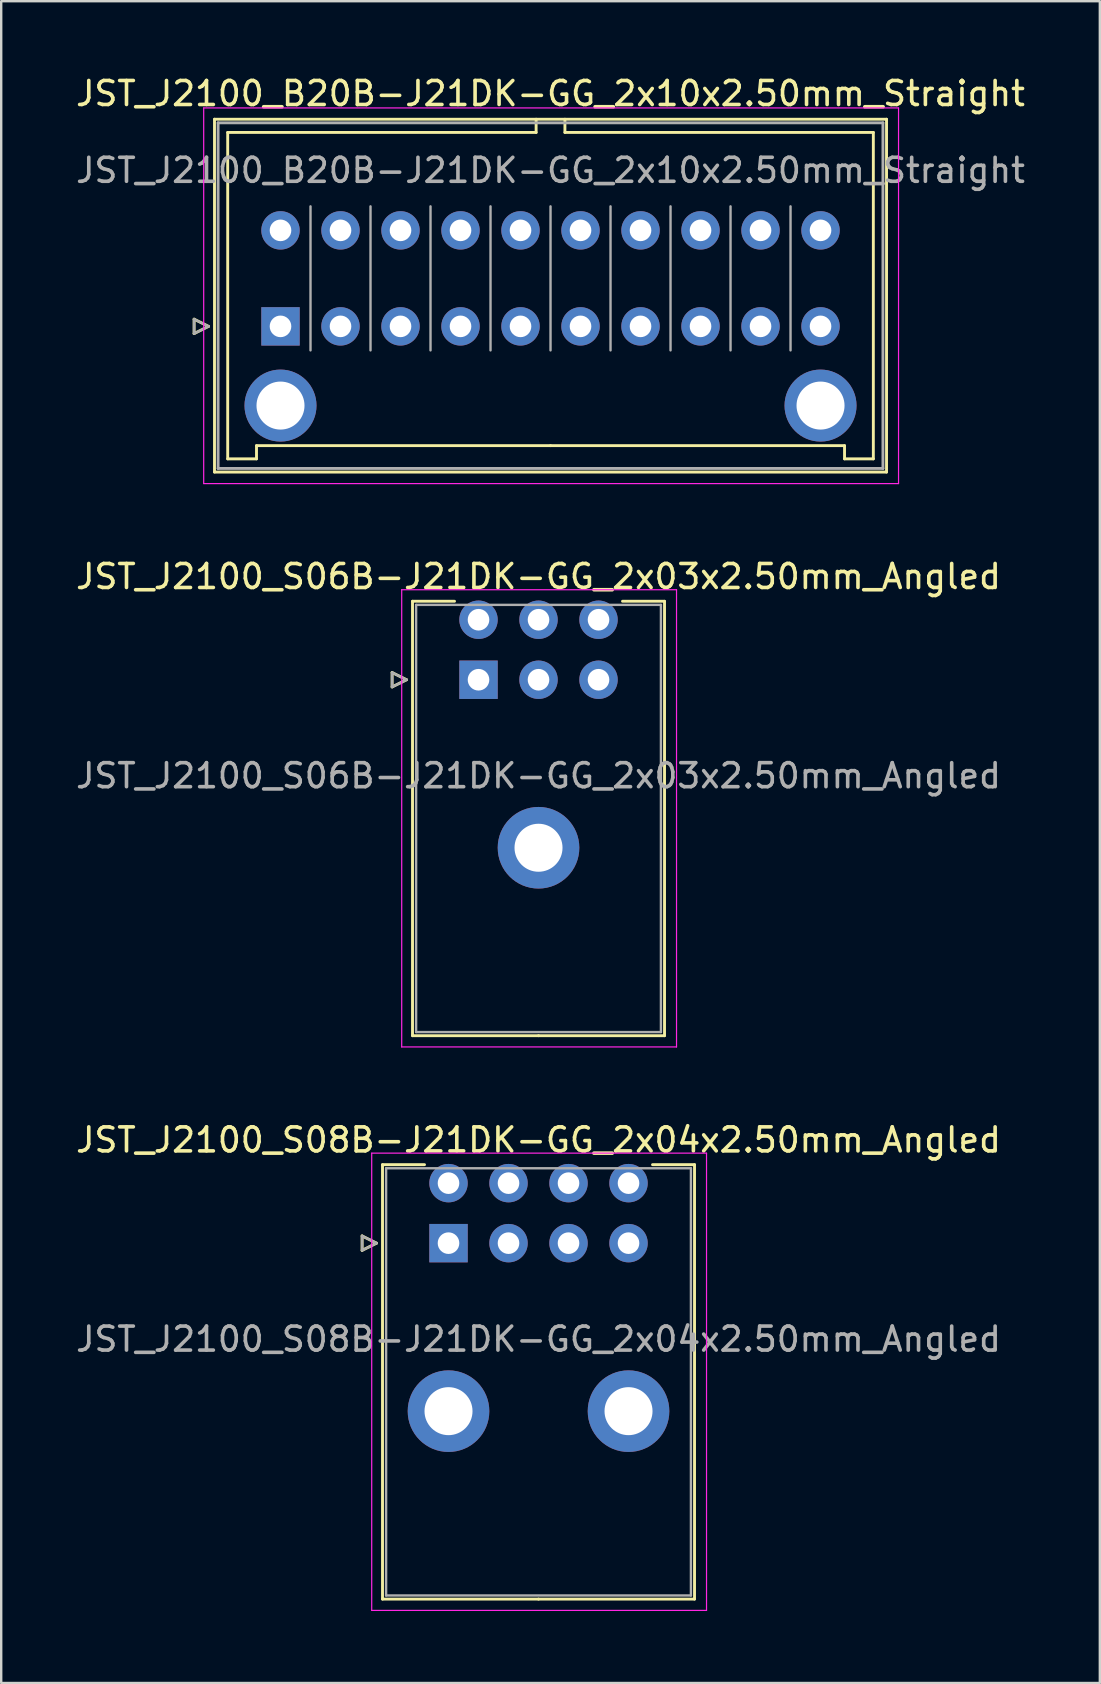
<source format=kicad_pcb>
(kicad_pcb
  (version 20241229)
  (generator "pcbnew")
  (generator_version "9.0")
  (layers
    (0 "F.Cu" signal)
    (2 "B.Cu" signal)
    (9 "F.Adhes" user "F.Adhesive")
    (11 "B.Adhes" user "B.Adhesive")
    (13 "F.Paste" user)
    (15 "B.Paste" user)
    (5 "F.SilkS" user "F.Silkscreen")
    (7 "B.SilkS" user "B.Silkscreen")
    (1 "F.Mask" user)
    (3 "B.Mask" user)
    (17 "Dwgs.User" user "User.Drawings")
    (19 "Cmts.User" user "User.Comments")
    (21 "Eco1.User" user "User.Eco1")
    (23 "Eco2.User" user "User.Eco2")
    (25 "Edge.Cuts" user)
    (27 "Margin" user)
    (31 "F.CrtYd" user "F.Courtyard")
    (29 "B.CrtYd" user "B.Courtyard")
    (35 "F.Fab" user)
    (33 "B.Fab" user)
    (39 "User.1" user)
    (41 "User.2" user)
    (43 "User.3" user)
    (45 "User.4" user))
  (footprint "JST_J2100_B20B-J21DK-GG_2x10x2.50mm_Straight"
    (layer "F.Cu")
    (at 8.637 10.548)
    (property "Reference" "JST_J2100_B20B-J21DK-GG_2x10x2.50mm_Straight" (at 11.25 -9.7 0) (layer "F.SilkS") (effects (font (size 1 1) (thickness 0.15))))
    (attr through_hole)
    (fp_line (start -3.6 -0.3) (end -3 0) (stroke (width 0.12) (type solid)) (layer "F.SilkS"))
    (fp_line (start -3.6 0.3) (end -3.6 -0.3) (stroke (width 0.12) (type solid)) (layer "F.SilkS"))
    (fp_line (start -3 0) (end -3.6 0.3) (stroke (width 0.12) (type solid)) (layer "F.SilkS"))
    (fp_line (start -2.75 -8.63) (end -2.75 6.07) (stroke (width 0.12) (type solid)) (layer "F.SilkS"))
    (fp_line (start -2.75 6.07) (end 25.25 6.07) (stroke (width 0.12) (type solid)) (layer "F.SilkS"))
    (fp_line (start -2.2 -8.08) (end -2.2 5.52) (stroke (width 0.12) (type solid)) (layer "F.SilkS"))
    (fp_line (start -2.2 5.52) (end -1 5.52) (stroke (width 0.12) (type solid)) (layer "F.SilkS"))
    (fp_line (start -1 4.97) (end 11.25 4.97) (stroke (width 0.12) (type solid)) (layer "F.SilkS"))
    (fp_line (start -1 5.52) (end -1 4.97) (stroke (width 0.12) (type solid)) (layer "F.SilkS"))
    (fp_line (start 10.65 -8.63) (end 10.65 -8.08) (stroke (width 0.12) (type solid)) (layer "F.SilkS"))
    (fp_line (start 10.65 -8.08) (end -2.2 -8.08) (stroke (width 0.12) (type solid)) (layer "F.SilkS"))
    (fp_line (start 11.85 -8.63) (end 11.85 -8.08) (stroke (width 0.12) (type solid)) (layer "F.SilkS"))
    (fp_line (start 11.85 -8.08) (end 24.7 -8.08) (stroke (width 0.12) (type solid)) (layer "F.SilkS"))
    (fp_line (start 23.5 4.97) (end 11.25 4.97) (stroke (width 0.12) (type solid)) (layer "F.SilkS"))
    (fp_line (start 23.5 5.52) (end 23.5 4.97) (stroke (width 0.12) (type solid)) (layer "F.SilkS"))
    (fp_line (start 24.7 -8.08) (end 24.7 5.52) (stroke (width 0.12) (type solid)) (layer "F.SilkS"))
    (fp_line (start 24.7 5.52) (end 23.5 5.52) (stroke (width 0.12) (type solid)) (layer "F.SilkS"))
    (fp_line (start 25.25 -8.63) (end -2.75 -8.63) (stroke (width 0.12) (type solid)) (layer "F.SilkS"))
    (fp_line (start 25.25 6.07) (end 25.25 -8.63) (stroke (width 0.12) (type solid)) (layer "F.SilkS"))
    (fp_line (start -3.2 -9.1) (end -3.2 6.55) (stroke (width 0.05) (type solid)) (layer "F.CrtYd"))
    (fp_line (start -3.2 6.55) (end 25.75 6.55) (stroke (width 0.05) (type solid)) (layer "F.CrtYd"))
    (fp_line (start 25.75 -9.1) (end -3.2 -9.1) (stroke (width 0.05) (type solid)) (layer "F.CrtYd"))
    (fp_line (start 25.75 6.55) (end 25.75 -9.1) (stroke (width 0.05) (type solid)) (layer "F.CrtYd"))
    (fp_line (start -3.6 -0.3) (end -3 0) (stroke (width 0.1) (type solid)) (layer "F.Fab"))
    (fp_line (start -3.6 0.3) (end -3.6 -0.3) (stroke (width 0.1) (type solid)) (layer "F.Fab"))
    (fp_line (start -3 0) (end -3.6 0.3) (stroke (width 0.1) (type solid)) (layer "F.Fab"))
    (fp_line (start -2.6 -8.48) (end -2.6 5.92) (stroke (width 0.12) (type solid)) (layer "F.Fab"))
    (fp_line (start -2.6 5.92) (end 25.1 5.92) (stroke (width 0.12) (type solid)) (layer "F.Fab"))
    (fp_line (start 1.25 1) (end 1.25 -5) (stroke (width 0.1) (type solid)) (layer "F.Fab"))
    (fp_line (start 3.75 1) (end 3.75 -5) (stroke (width 0.1) (type solid)) (layer "F.Fab"))
    (fp_line (start 6.25 1) (end 6.25 -5) (stroke (width 0.1) (type solid)) (layer "F.Fab"))
    (fp_line (start 8.75 1) (end 8.75 -5) (stroke (width 0.1) (type solid)) (layer "F.Fab"))
    (fp_line (start 11.25 1) (end 11.25 -5) (stroke (width 0.1) (type solid)) (layer "F.Fab"))
    (fp_line (start 13.75 1) (end 13.75 -5) (stroke (width 0.1) (type solid)) (layer "F.Fab"))
    (fp_line (start 16.25 1) (end 16.25 -5) (stroke (width 0.1) (type solid)) (layer "F.Fab"))
    (fp_line (start 18.75 1) (end 18.75 -5) (stroke (width 0.1) (type solid)) (layer "F.Fab"))
    (fp_line (start 21.25 1) (end 21.25 -5) (stroke (width 0.1) (type solid)) (layer "F.Fab"))
    (fp_line (start 25.1 -8.48) (end -2.6 -8.48) (stroke (width 0.12) (type solid)) (layer "F.Fab"))
    (fp_line (start 25.1 5.92) (end 25.1 -8.48) (stroke (width 0.12) (type solid)) (layer "F.Fab"))
    (fp_text user "${REFERENCE}" (at 11.25 -6.5 0) (layer "F.Fab") (effects (font (size 1 1) (thickness 0.15))))
    (pad "" thru_hole circle (at 0 3.3) (size 3 3) (drill 2) (layers "*.Cu" "*.Mask"))
    (pad "" thru_hole circle (at 22.5 3.3) (size 3 3) (drill 2) (layers "*.Cu" "*.Mask"))
    (pad "1" thru_hole rect (at 0 0) (size 1.6 1.6) (drill 0.9) (layers "*.Cu" "*.Mask"))
    (pad "2" thru_hole circle (at 0 -4) (size 1.6 1.6) (drill 0.9) (layers "*.Cu" "*.Mask"))
    (pad "3" thru_hole circle (at 2.5 0) (size 1.6 1.6) (drill 0.9) (layers "*.Cu" "*.Mask"))
    (pad "4" thru_hole circle (at 2.5 -4) (size 1.6 1.6) (drill 0.9) (layers "*.Cu" "*.Mask"))
    (pad "5" thru_hole circle (at 5 0) (size 1.6 1.6) (drill 0.9) (layers "*.Cu" "*.Mask"))
    (pad "6" thru_hole circle (at 5 -4) (size 1.6 1.6) (drill 0.9) (layers "*.Cu" "*.Mask"))
    (pad "7" thru_hole circle (at 7.5 0) (size 1.6 1.6) (drill 0.9) (layers "*.Cu" "*.Mask"))
    (pad "8" thru_hole circle (at 7.5 -4) (size 1.6 1.6) (drill 0.9) (layers "*.Cu" "*.Mask"))
    (pad "9" thru_hole circle (at 10 0) (size 1.6 1.6) (drill 0.9) (layers "*.Cu" "*.Mask"))
    (pad "10" thru_hole circle (at 10 -4) (size 1.6 1.6) (drill 0.9) (layers "*.Cu" "*.Mask"))
    (pad "11" thru_hole circle (at 12.5 0) (size 1.6 1.6) (drill 0.9) (layers "*.Cu" "*.Mask"))
    (pad "12" thru_hole circle (at 12.5 -4) (size 1.6 1.6) (drill 0.9) (layers "*.Cu" "*.Mask"))
    (pad "13" thru_hole circle (at 15 0) (size 1.6 1.6) (drill 0.9) (layers "*.Cu" "*.Mask"))
    (pad "14" thru_hole circle (at 15 -4) (size 1.6 1.6) (drill 0.9) (layers "*.Cu" "*.Mask"))
    (pad "15" thru_hole circle (at 17.5 0) (size 1.6 1.6) (drill 0.9) (layers "*.Cu" "*.Mask"))
    (pad "16" thru_hole circle (at 17.5 -4) (size 1.6 1.6) (drill 0.9) (layers "*.Cu" "*.Mask"))
    (pad "17" thru_hole circle (at 20 0) (size 1.6 1.6) (drill 0.9) (layers "*.Cu" "*.Mask"))
    (pad "18" thru_hole circle (at 20 -4) (size 1.6 1.6) (drill 0.9) (layers "*.Cu" "*.Mask"))
    (pad "19" thru_hole circle (at 22.5 0) (size 1.6 1.6) (drill 0.9) (layers "*.Cu" "*.Mask"))
    (pad "20" thru_hole circle (at 22.5 -4) (size 1.6 1.6) (drill 0.9) (layers "*.Cu" "*.Mask")))
  (footprint "JST_J2100_S08B-J21DK-GG_2x04x2.50mm_Angled"
    (layer "F.Cu")
    (at 15.637 48.745)
    (property "Reference" "JST_J2100_S08B-J21DK-GG_2x04x2.50mm_Angled" (at 3.75 -4.3 0) (layer "F.SilkS") (effects (font (size 1 1) (thickness 0.15))))
    (attr through_hole)
    (fp_line (start -3.6 -0.3) (end -3 0) (stroke (width 0.12) (type solid)) (layer "F.SilkS"))
    (fp_line (start -3.6 0.3) (end -3.6 -0.3) (stroke (width 0.12) (type solid)) (layer "F.SilkS"))
    (fp_line (start -3 0) (end -3.6 0.3) (stroke (width 0.12) (type solid)) (layer "F.SilkS"))
    (fp_line (start -2.75 -3.27) (end -2.75 14.83) (stroke (width 0.12) (type solid)) (layer "F.SilkS"))
    (fp_line (start -2.75 14.83) (end 3.75 14.83) (stroke (width 0.12) (type solid)) (layer "F.SilkS"))
    (fp_line (start -1 -3.27) (end -2.75 -3.27) (stroke (width 0.12) (type solid)) (layer "F.SilkS"))
    (fp_line (start 8.5 -3.27) (end 10.25 -3.27) (stroke (width 0.12) (type solid)) (layer "F.SilkS"))
    (fp_line (start 10.25 -3.27) (end 10.25 14.83) (stroke (width 0.12) (type solid)) (layer "F.SilkS"))
    (fp_line (start 10.25 14.83) (end 3.75 14.83) (stroke (width 0.12) (type solid)) (layer "F.SilkS"))
    (fp_line (start -3.2 -3.75) (end -3.2 15.3) (stroke (width 0.05) (type solid)) (layer "F.CrtYd"))
    (fp_line (start -3.2 15.3) (end 10.75 15.3) (stroke (width 0.05) (type solid)) (layer "F.CrtYd"))
    (fp_line (start 10.75 -3.75) (end -3.2 -3.75) (stroke (width 0.05) (type solid)) (layer "F.CrtYd"))
    (fp_line (start 10.75 15.3) (end 10.75 -3.75) (stroke (width 0.05) (type solid)) (layer "F.CrtYd"))
    (fp_line (start -3.6 -0.3) (end -3 0) (stroke (width 0.1) (type solid)) (layer "F.Fab"))
    (fp_line (start -3.6 0.3) (end -3.6 -0.3) (stroke (width 0.1) (type solid)) (layer "F.Fab"))
    (fp_line (start -3 0) (end -3.6 0.3) (stroke (width 0.1) (type solid)) (layer "F.Fab"))
    (fp_line (start -2.6 -3.12) (end -2.6 14.68) (stroke (width 0.1) (type solid)) (layer "F.Fab"))
    (fp_line (start -2.6 14.68) (end 10.1 14.68) (stroke (width 0.1) (type solid)) (layer "F.Fab"))
    (fp_line (start 10.1 -3.12) (end -2.6 -3.12) (stroke (width 0.1) (type solid)) (layer "F.Fab"))
    (fp_line (start 10.1 14.68) (end 10.1 -3.12) (stroke (width 0.1) (type solid)) (layer "F.Fab"))
    (fp_text user "${REFERENCE}" (at 3.75 4 0) (layer "F.Fab") (effects (font (size 1 1) (thickness 0.15))))
    (pad "" thru_hole circle (at 0 7) (size 3.4 3.4) (drill 2) (layers "*.Cu" "*.Mask"))
    (pad "" thru_hole circle (at 7.5 7) (size 3.4 3.4) (drill 2) (layers "*.Cu" "*.Mask"))
    (pad "1" thru_hole rect (at 0 0) (size 1.6 1.6) (drill 0.9) (layers "*.Cu" "*.Mask"))
    (pad "2" thru_hole circle (at 0 -2.5) (size 1.6 1.6) (drill 0.9) (layers "*.Cu" "*.Mask"))
    (pad "3" thru_hole circle (at 2.5 0) (size 1.6 1.6) (drill 0.9) (layers "*.Cu" "*.Mask"))
    (pad "4" thru_hole circle (at 2.5 -2.5) (size 1.6 1.6) (drill 0.9) (layers "*.Cu" "*.Mask"))
    (pad "5" thru_hole circle (at 5 0) (size 1.6 1.6) (drill 0.9) (layers "*.Cu" "*.Mask"))
    (pad "6" thru_hole circle (at 5 -2.5) (size 1.6 1.6) (drill 0.9) (layers "*.Cu" "*.Mask"))
    (pad "7" thru_hole circle (at 7.5 0) (size 1.6 1.6) (drill 0.9) (layers "*.Cu" "*.Mask"))
    (pad "8" thru_hole circle (at 7.5 -2.5) (size 1.6 1.6) (drill 0.9) (layers "*.Cu" "*.Mask")))
  (footprint "JST_J2100_S06B-J21DK-GG_2x03x2.50mm_Angled"
    (layer "F.Cu")
    (at 16.887 25.271)
    (property "Reference" "JST_J2100_S06B-J21DK-GG_2x03x2.50mm_Angled" (at 2.5 -4.3 0) (layer "F.SilkS") (effects (font (size 1 1) (thickness 0.15))))
    (attr through_hole)
    (fp_line (start -3.6 -0.3) (end -3 0) (stroke (width 0.12) (type solid)) (layer "F.SilkS"))
    (fp_line (start -3.6 0.3) (end -3.6 -0.3) (stroke (width 0.12) (type solid)) (layer "F.SilkS"))
    (fp_line (start -3 0) (end -3.6 0.3) (stroke (width 0.12) (type solid)) (layer "F.SilkS"))
    (fp_line (start -2.75 -3.27) (end -2.75 14.83) (stroke (width 0.12) (type solid)) (layer "F.SilkS"))
    (fp_line (start -2.75 14.83) (end 2.5 14.83) (stroke (width 0.12) (type solid)) (layer "F.SilkS"))
    (fp_line (start -1 -3.27) (end -2.75 -3.27) (stroke (width 0.12) (type solid)) (layer "F.SilkS"))
    (fp_line (start 6 -3.27) (end 7.75 -3.27) (stroke (width 0.12) (type solid)) (layer "F.SilkS"))
    (fp_line (start 7.75 -3.27) (end 7.75 14.83) (stroke (width 0.12) (type solid)) (layer "F.SilkS"))
    (fp_line (start 7.75 14.83) (end 2.5 14.83) (stroke (width 0.12) (type solid)) (layer "F.SilkS"))
    (fp_line (start -3.2 -3.75) (end -3.2 15.3) (stroke (width 0.05) (type solid)) (layer "F.CrtYd"))
    (fp_line (start -3.2 15.3) (end 8.25 15.3) (stroke (width 0.05) (type solid)) (layer "F.CrtYd"))
    (fp_line (start 8.25 -3.75) (end -3.2 -3.75) (stroke (width 0.05) (type solid)) (layer "F.CrtYd"))
    (fp_line (start 8.25 15.3) (end 8.25 -3.75) (stroke (width 0.05) (type solid)) (layer "F.CrtYd"))
    (fp_line (start -3.6 -0.3) (end -3 0) (stroke (width 0.1) (type solid)) (layer "F.Fab"))
    (fp_line (start -3.6 0.3) (end -3.6 -0.3) (stroke (width 0.1) (type solid)) (layer "F.Fab"))
    (fp_line (start -3 0) (end -3.6 0.3) (stroke (width 0.1) (type solid)) (layer "F.Fab"))
    (fp_line (start -2.6 -3.12) (end -2.6 14.68) (stroke (width 0.1) (type solid)) (layer "F.Fab"))
    (fp_line (start -2.6 14.68) (end 7.6 14.68) (stroke (width 0.1) (type solid)) (layer "F.Fab"))
    (fp_line (start 7.6 -3.12) (end -2.6 -3.12) (stroke (width 0.1) (type solid)) (layer "F.Fab"))
    (fp_line (start 7.6 14.68) (end 7.6 -3.12) (stroke (width 0.1) (type solid)) (layer "F.Fab"))
    (fp_text user "${REFERENCE}" (at 2.5 4 0) (layer "F.Fab") (effects (font (size 1 1) (thickness 0.15))))
    (pad "" thru_hole circle (at 2.5 7) (size 3.4 3.4) (drill 2) (layers "*.Cu" "*.Mask"))
    (pad "1" thru_hole rect (at 0 0) (size 1.6 1.6) (drill 0.9) (layers "*.Cu" "*.Mask"))
    (pad "2" thru_hole circle (at 0 -2.5) (size 1.6 1.6) (drill 0.9) (layers "*.Cu" "*.Mask"))
    (pad "3" thru_hole circle (at 2.5 0) (size 1.6 1.6) (drill 0.9) (layers "*.Cu" "*.Mask"))
    (pad "4" thru_hole circle (at 2.5 -2.5) (size 1.6 1.6) (drill 0.9) (layers "*.Cu" "*.Mask"))
    (pad "5" thru_hole circle (at 5 0) (size 1.6 1.6) (drill 0.9) (layers "*.Cu" "*.Mask"))
    (pad "6" thru_hole circle (at 5 -2.5) (size 1.6 1.6) (drill 0.9) (layers "*.Cu" "*.Mask")))
  (gr_rect
    (start -3 -3)
    (end 42.774 67.07)
    (stroke (width 0.1) (type default))
    (fill no)
    (layer "Edge.Cuts")))
</source>
